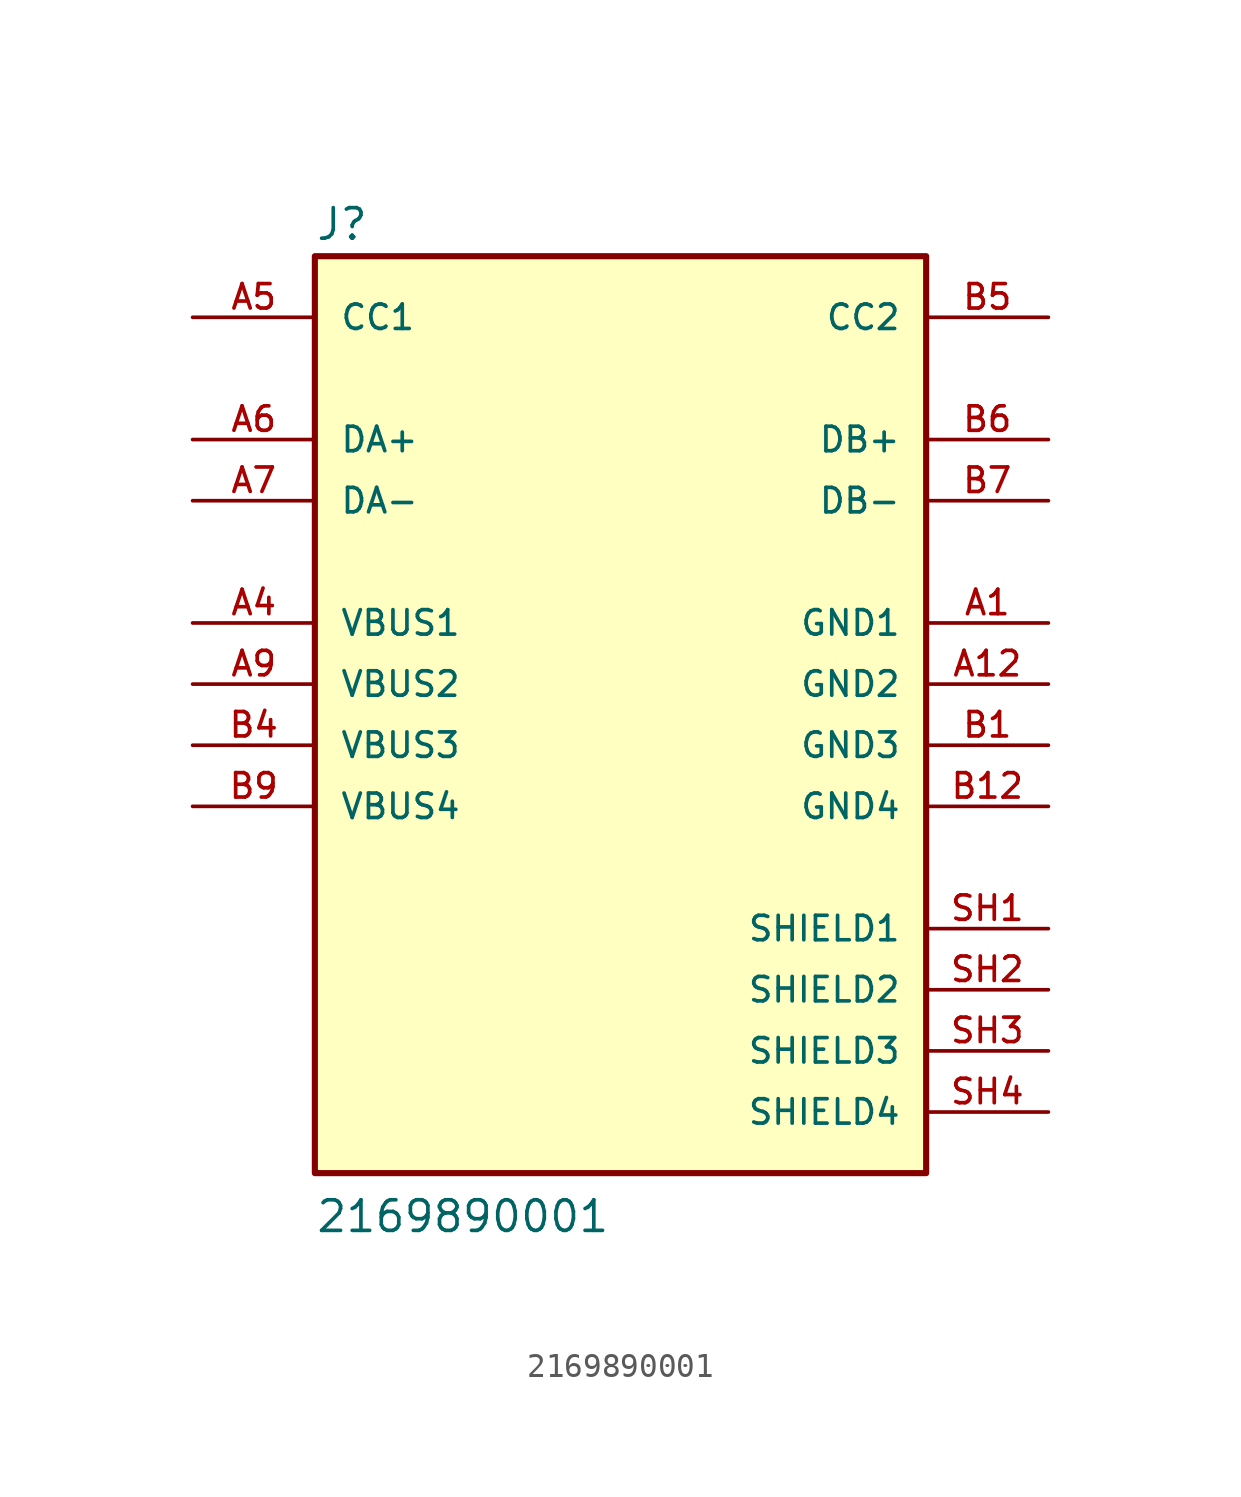
<source format=kicad_sym>
(kicad_symbol_lib
  (version 20231120)
  (generator "kicad_symbol_editor")
  (generator_version "8.0")
  (symbol "2169890001"
    (pin_names
      (offset 1.016))
    (property "Reference" "J"
      (at -12.7 18.364 0)
      (effects (font (size 1.27 1.27)) (justify left bottom)))
    (property "Value" "2169890001"
      (at -12.7 -22.86 0)
      (effects (font (size 1.27 1.27)) (justify left bottom)))
    (symbol "2169890001_0_0"
      (rectangle (start -12.7 -20.32) (end 12.7 17.78) (stroke (width 0.254) (type default)) (fill (type background)))
      (pin power_in line (at 17.78 2.54 180) (length 5.08) (name "GND1" (effects (font (size 1.016 1.016)))) (number "A1" (effects (font (size 1.016 1.016)))))
      (pin power_in line (at 17.78 0 180) (length 5.08) (name "GND2" (effects (font (size 1.016 1.016)))) (number "A12" (effects (font (size 1.016 1.016)))))
      (pin power_in line (at -17.78 2.54 0) (length 5.08) (name "VBUS1" (effects (font (size 1.016 1.016)))) (number "A4" (effects (font (size 1.016 1.016)))))
      (pin bidirectional line (at -17.78 15.24 0) (length 5.08) (name "CC1" (effects (font (size 1.016 1.016)))) (number "A5" (effects (font (size 1.016 1.016)))))
      (pin bidirectional line (at -17.78 10.16 0) (length 5.08) (name "DA+" (effects (font (size 1.016 1.016)))) (number "A6" (effects (font (size 1.016 1.016)))))
      (pin bidirectional line (at -17.78 7.62 0) (length 5.08) (name "DA-" (effects (font (size 1.016 1.016)))) (number "A7" (effects (font (size 1.016 1.016)))))
      (pin power_in line (at -17.78 0 0) (length 5.08) (name "VBUS2" (effects (font (size 1.016 1.016)))) (number "A9" (effects (font (size 1.016 1.016)))))
      (pin power_in line (at 17.78 -2.54 180) (length 5.08) (name "GND3" (effects (font (size 1.016 1.016)))) (number "B1" (effects (font (size 1.016 1.016)))))
      (pin power_in line (at 17.78 -5.08 180) (length 5.08) (name "GND4" (effects (font (size 1.016 1.016)))) (number "B12" (effects (font (size 1.016 1.016)))))
      (pin power_in line (at -17.78 -2.54 0) (length 5.08) (name "VBUS3" (effects (font (size 1.016 1.016)))) (number "B4" (effects (font (size 1.016 1.016)))))
      (pin bidirectional line (at 17.78 15.24 180) (length 5.08) (name "CC2" (effects (font (size 1.016 1.016)))) (number "B5" (effects (font (size 1.016 1.016)))))
      (pin bidirectional line (at 17.78 10.16 180) (length 5.08) (name "DB+" (effects (font (size 1.016 1.016)))) (number "B6" (effects (font (size 1.016 1.016)))))
      (pin bidirectional line (at 17.78 7.62 180) (length 5.08) (name "DB-" (effects (font (size 1.016 1.016)))) (number "B7" (effects (font (size 1.016 1.016)))))
      (pin power_in line (at -17.78 -5.08 0) (length 5.08) (name "VBUS4" (effects (font (size 1.016 1.016)))) (number "B9" (effects (font (size 1.016 1.016)))))
      (pin passive line (at 17.78 -10.16 180) (length 5.08) (name "SHIELD1" (effects (font (size 1.016 1.016)))) (number "SH1" (effects (font (size 1.016 1.016)))))
      (pin passive line (at 17.78 -12.7 180) (length 5.08) (name "SHIELD2" (effects (font (size 1.016 1.016)))) (number "SH2" (effects (font (size 1.016 1.016)))))
      (pin passive line (at 17.78 -15.24 180) (length 5.08) (name "SHIELD3" (effects (font (size 1.016 1.016)))) (number "SH3" (effects (font (size 1.016 1.016)))))
      (pin passive line (at 17.78 -17.78 180) (length 5.08) (name "SHIELD4" (effects (font (size 1.016 1.016)))) (number "SH4" (effects (font (size 1.016 1.016))))))))
</source>
